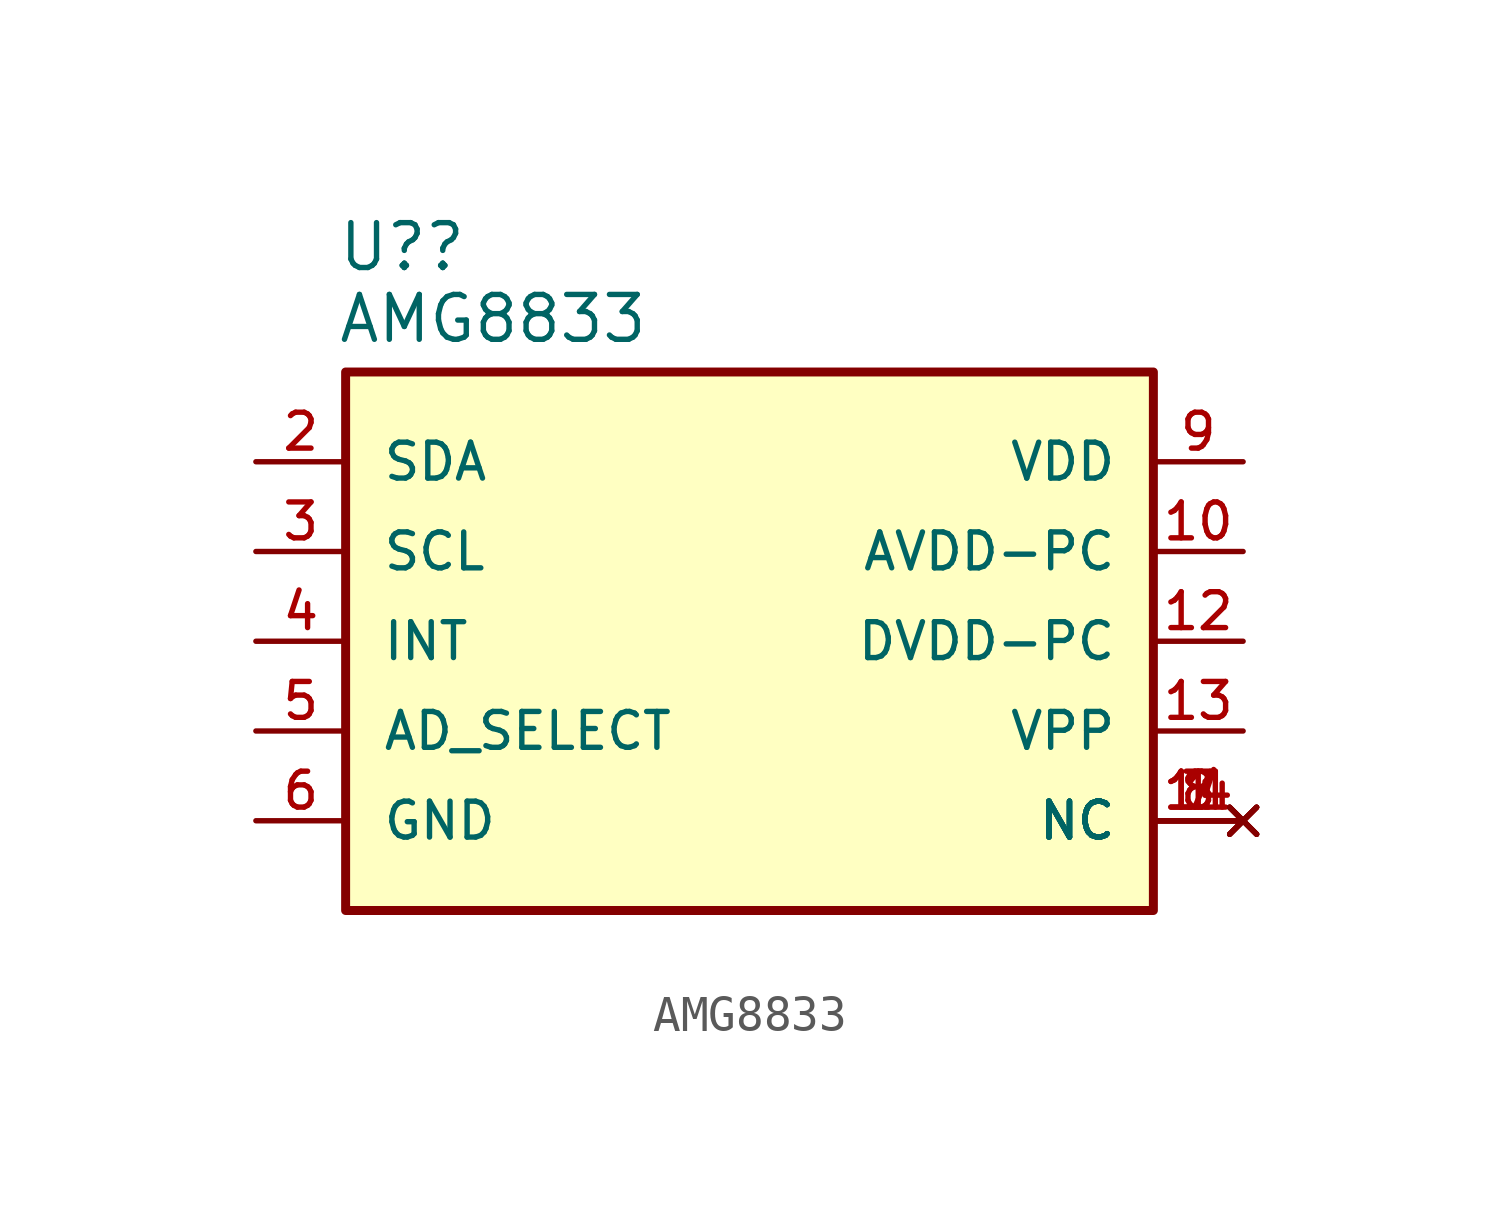
<source format=kicad_sym>
(kicad_symbol_lib
  (version 20231120)
  (generator "kicad_symbol_editor")
  (generator_version "8.0")
  (symbol "AMG8833"
    (pin_names
      (offset 1.016))
    (property "Reference" "U?"
      (at -11.684 10.414 0)
      (effects (font (size 1.27 1.27)) (justify left bottom)))
    (property "Value" "AMG8833"
      (at -11.684 8.382 0)
      (effects (font (size 1.27 1.27)) (justify left bottom)))
    (symbol "AMG8833_0_0"
      (rectangle (start -11.43 7.62) (end 11.43 -7.62) (stroke (width 0.254) (type default)) (fill (type background)))
      (pin power_in line (at 13.97 2.54 180) (length 2.54) (name "AVDD-PC" (effects (font (size 1.016 1.016)))) (number "10" (effects (font (size 1.016 1.016)))))
      (pin power_in line (at 13.97 -2.54 180) (length 2.54) (name "VPP" (effects (font (size 1.016 1.016)))) (number "13" (effects (font (size 1.016 1.016)))))
      (pin bidirectional line (at -13.97 5.08 0) (length 2.54) (name "SDA" (effects (font (size 1.016 1.016)))) (number "2" (effects (font (size 1.016 1.016)))))
      (pin bidirectional line (at -13.97 0 0) (length 2.54) (name "INT" (effects (font (size 1.016 1.016)))) (number "4" (effects (font (size 1.016 1.016))))))
    (symbol "AMG8833_1_0"
      (pin no_connect line (at 13.97 -5.08 180) (length 2.54) (name "NC" (effects (font (size 1.016 1.016)))) (number "1" (effects (font (size 1.016 1.016)))))
      (pin no_connect line (at 13.97 -5.08 180) (length 2.54) (name "NC" (effects (font (size 1.016 1.016)))) (number "11" (effects (font (size 1.016 1.016)))))
      (pin power_in line (at 13.97 0 180) (length 2.54) (name "DVDD-PC" (effects (font (size 1.016 1.016)))) (number "12" (effects (font (size 1.016 1.016)))))
      (pin no_connect line (at 13.97 -5.08 180) (length 2.54) (name "NC" (effects (font (size 1.016 1.016)))) (number "14" (effects (font (size 1.016 1.016)))))
      (pin bidirectional line (at -13.97 2.54 0) (length 2.54) (name "SCL" (effects (font (size 1.016 1.016)))) (number "3" (effects (font (size 1.016 1.016)))))
      (pin input line (at -13.97 -2.54 0) (length 2.54) (name "AD_SELECT" (effects (font (size 1.016 1.016)))) (number "5" (effects (font (size 1.016 1.016)))))
      (pin power_in line (at -13.97 -5.08 0) (length 2.54) (name "GND" (effects (font (size 1.016 1.016)))) (number "6" (effects (font (size 1.016 1.016)))))
      (pin no_connect line (at 13.97 -5.08 180) (length 2.54) (name "NC" (effects (font (size 1.016 1.016)))) (number "7" (effects (font (size 1.016 1.016)))))
      (pin no_connect line (at 13.97 -5.08 180) (length 2.54) (name "NC" (effects (font (size 1.016 1.016)))) (number "8" (effects (font (size 1.016 1.016)))))
      (pin power_in line (at 13.97 5.08 180) (length 2.54) (name "VDD" (effects (font (size 1.016 1.016)))) (number "9" (effects (font (size 1.016 1.016))))))))
</source>
